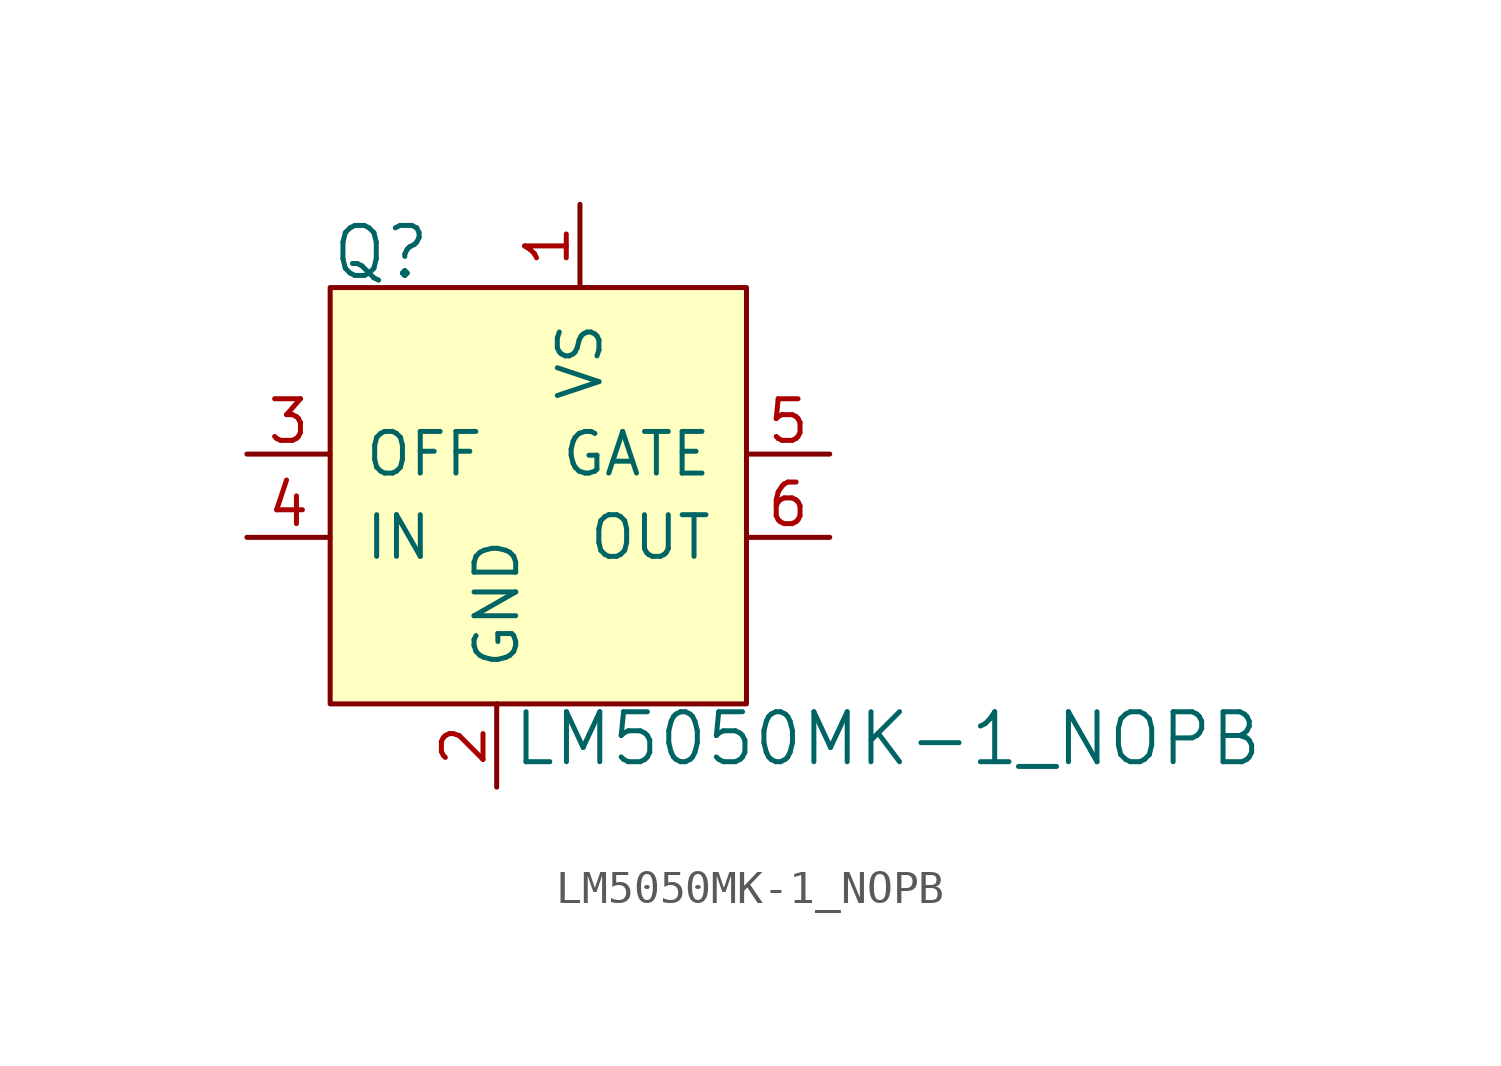
<source format=kicad_sym>
(kicad_symbol_lib
  (version 20220914)
  (generator kicad_symbol_editor)
  (symbol "LM5050MK-1_NOPB"
    (pin_names
      (offset 1.016))
    (property "Reference" "Q"
      (at -5.08 6.147 0)
      (effects (font (size 1.524 1.524)) (justify left)))
    (property "Value" "LM5050MK-1_NOPB"
      (at 0.432 -8.687 0)
      (effects (font (size 1.524 1.524)) (justify left)))
    (symbol "LM5050MK-1_NOPB_0_1"
      (rectangle (start -5.08 5.08) (end 7.62 -7.62) (stroke (width 0) (type solid)) (fill (type background))))
    (symbol "LM5050MK-1_NOPB_1_1"
      (pin power_in line (at 2.54 7.62 270) (length 2.54) (name "VS" (effects (font (size 1.27 1.27)))) (number "1" (effects (font (size 1.27 1.27)))))
      (pin power_in line (at 0 -10.16 90) (length 2.54) (name "GND" (effects (font (size 1.27 1.27)))) (number "2" (effects (font (size 1.27 1.27)))))
      (pin input line (at -7.62 0 0) (length 2.54) (name "OFF" (effects (font (size 1.27 1.27)))) (number "3" (effects (font (size 1.27 1.27)))))
      (pin input line (at -7.62 -2.54 0) (length 2.54) (name "IN" (effects (font (size 1.27 1.27)))) (number "4" (effects (font (size 1.27 1.27)))))
      (pin output line (at 10.16 0 180) (length 2.54) (name "GATE" (effects (font (size 1.27 1.27)))) (number "5" (effects (font (size 1.27 1.27)))))
      (pin output line (at 10.16 -2.54 180) (length 2.54) (name "OUT" (effects (font (size 1.27 1.27)))) (number "6" (effects (font (size 1.27 1.27))))))))
</source>
